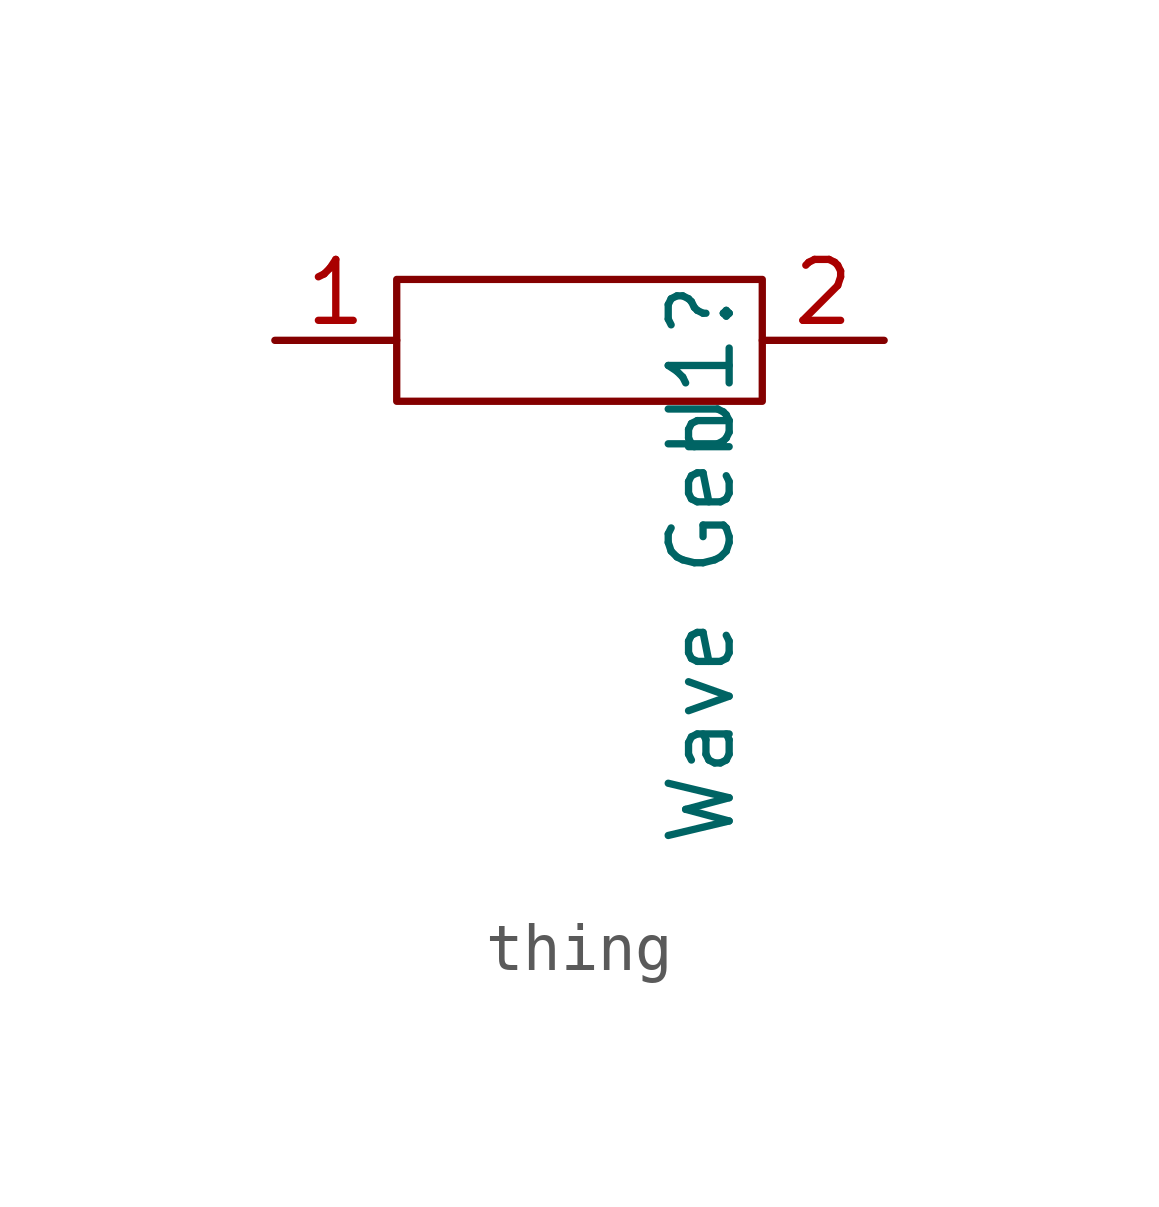
<source format=kicad_sym>
(kicad_symbol_lib
  (version 20211014)
  (generator kicad_symbol_editor)
  (symbol "thing"
    (property "Reference" "U1"
      (at 2.54 1.27 90)
      (effects (font (size 1.27 1.27)) (justify right)))
    (property "Value" "Wave Gen"
      (at 2.54 -1.27 90)
      (effects (font (size 1.27 1.27)) (justify right)))
    (symbol "thing_0_1"
      (rectangle (start -3.81 1.27) (end 3.81 -1.27) (stroke (width 0) (type default) (color 0 0 0 0)) (fill (type none))))
    (symbol "thing_1_1"
      (pin input line (at -6.35 0 0) (length 2.54) (name "" (effects (font (size 1.27 1.27)))) (number "1" (effects (font (size 1.27 1.27)))))
      (pin input line (at 6.35 0 180) (length 2.54) (name "" (effects (font (size 1.27 1.27)))) (number "2" (effects (font (size 1.27 1.27))))))))
</source>
